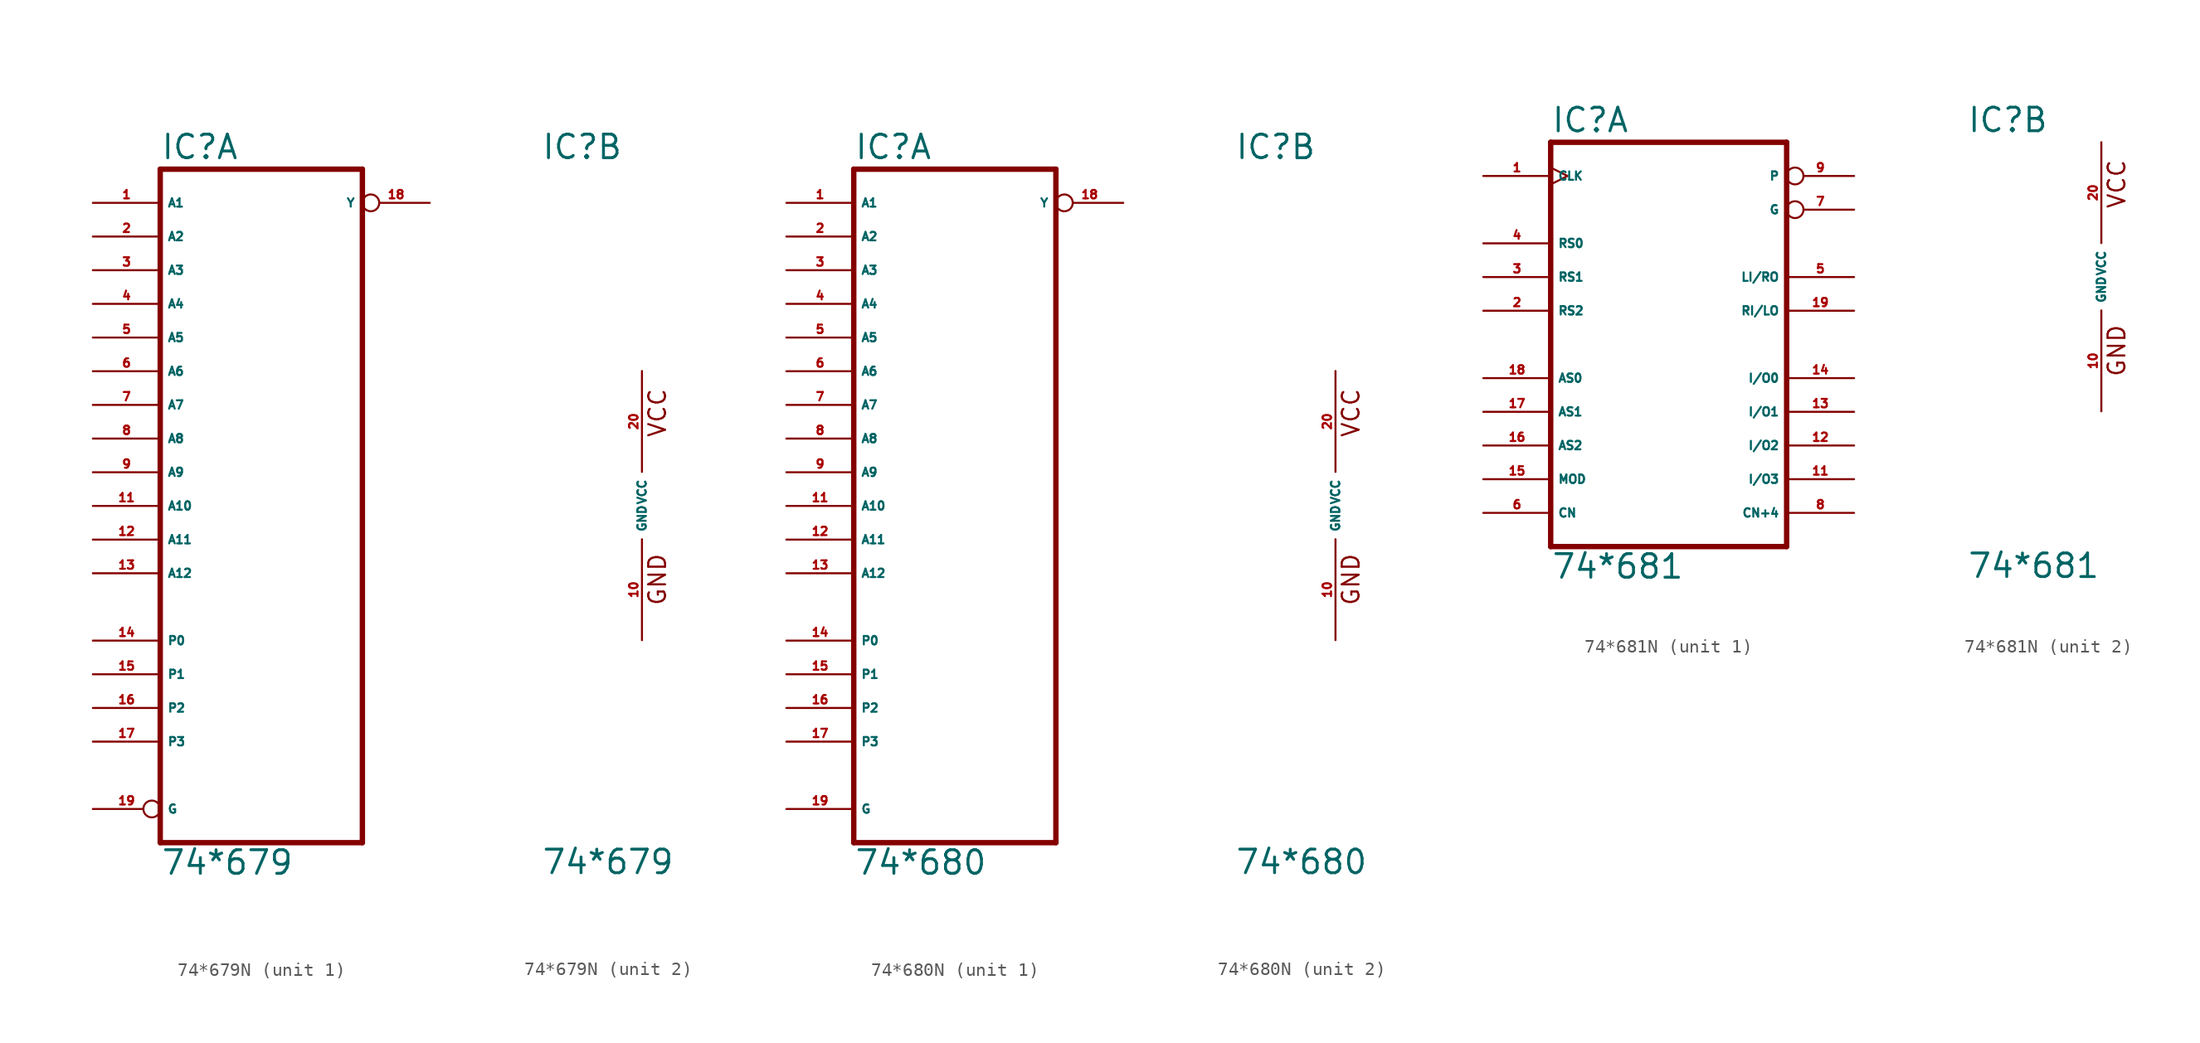
<source format=kicad_sym>
(kicad_symbol_lib
  (version 20220914)
  (generator Eagle2Kicad)
  (symbol "74*679N"
    (property "Reference" "IC"
      (at -7.62 26.035 0)
      (effects (font (size 1.778 1.778) (thickness 0.22)) (justify left bottom)))
    (property "Value" "74*679"
      (at -7.62 -27.94 0)
      (effects (font (size 1.778 1.778) (thickness 0.22)) (justify left bottom)))
    (symbol "74*679N_1_0"
      (polyline (pts (xy -7.62 -25.4) (xy 7.62 -25.4)) (stroke (width 0.406) (type default)) (fill (type none)))
      (polyline (pts (xy 7.62 -25.4) (xy 7.62 25.4)) (stroke (width 0.406) (type default)) (fill (type none)))
      (polyline (pts (xy 7.62 25.4) (xy -7.62 25.4)) (stroke (width 0.406) (type default)) (fill (type none)))
      (polyline (pts (xy -7.62 25.4) (xy -7.62 -25.4)) (stroke (width 0.406) (type default)) (fill (type none)))
      (pin input line (at -12.7 22.86 0) (length 5.08) (name "A1" (effects (font (size 0.635 0.635) (thickness 0.08)) (justify left bottom))) (number "1" (effects (font (size 0.635 0.635) (thickness 0.08)) (justify left bottom))))
      (pin input line (at -12.7 20.32 0) (length 5.08) (name "A2" (effects (font (size 0.635 0.635) (thickness 0.08)) (justify left bottom))) (number "2" (effects (font (size 0.635 0.635) (thickness 0.08)) (justify left bottom))))
      (pin input line (at -12.7 17.78 0) (length 5.08) (name "A3" (effects (font (size 0.635 0.635) (thickness 0.08)) (justify left bottom))) (number "3" (effects (font (size 0.635 0.635) (thickness 0.08)) (justify left bottom))))
      (pin input line (at -12.7 15.24 0) (length 5.08) (name "A4" (effects (font (size 0.635 0.635) (thickness 0.08)) (justify left bottom))) (number "4" (effects (font (size 0.635 0.635) (thickness 0.08)) (justify left bottom))))
      (pin input line (at -12.7 12.7 0) (length 5.08) (name "A5" (effects (font (size 0.635 0.635) (thickness 0.08)) (justify left bottom))) (number "5" (effects (font (size 0.635 0.635) (thickness 0.08)) (justify left bottom))))
      (pin input line (at -12.7 10.16 0) (length 5.08) (name "A6" (effects (font (size 0.635 0.635) (thickness 0.08)) (justify left bottom))) (number "6" (effects (font (size 0.635 0.635) (thickness 0.08)) (justify left bottom))))
      (pin input line (at -12.7 7.62 0) (length 5.08) (name "A7" (effects (font (size 0.635 0.635) (thickness 0.08)) (justify left bottom))) (number "7" (effects (font (size 0.635 0.635) (thickness 0.08)) (justify left bottom))))
      (pin input line (at -12.7 5.08 0) (length 5.08) (name "A8" (effects (font (size 0.635 0.635) (thickness 0.08)) (justify left bottom))) (number "8" (effects (font (size 0.635 0.635) (thickness 0.08)) (justify left bottom))))
      (pin input line (at -12.7 2.54 0) (length 5.08) (name "A9" (effects (font (size 0.635 0.635) (thickness 0.08)) (justify left bottom))) (number "9" (effects (font (size 0.635 0.635) (thickness 0.08)) (justify left bottom))))
      (pin input line (at -12.7 0 0) (length 5.08) (name "A10" (effects (font (size 0.635 0.635) (thickness 0.08)) (justify left bottom))) (number "11" (effects (font (size 0.635 0.635) (thickness 0.08)) (justify left bottom))))
      (pin input line (at -12.7 -2.54 0) (length 5.08) (name "A11" (effects (font (size 0.635 0.635) (thickness 0.08)) (justify left bottom))) (number "12" (effects (font (size 0.635 0.635) (thickness 0.08)) (justify left bottom))))
      (pin input line (at -12.7 -5.08 0) (length 5.08) (name "A12" (effects (font (size 0.635 0.635) (thickness 0.08)) (justify left bottom))) (number "13" (effects (font (size 0.635 0.635) (thickness 0.08)) (justify left bottom))))
      (pin input line (at -12.7 -10.16 0) (length 5.08) (name "P0" (effects (font (size 0.635 0.635) (thickness 0.08)) (justify left bottom))) (number "14" (effects (font (size 0.635 0.635) (thickness 0.08)) (justify left bottom))))
      (pin input line (at -12.7 -12.7 0) (length 5.08) (name "P1" (effects (font (size 0.635 0.635) (thickness 0.08)) (justify left bottom))) (number "15" (effects (font (size 0.635 0.635) (thickness 0.08)) (justify left bottom))))
      (pin input line (at -12.7 -15.24 0) (length 5.08) (name "P2" (effects (font (size 0.635 0.635) (thickness 0.08)) (justify left bottom))) (number "16" (effects (font (size 0.635 0.635) (thickness 0.08)) (justify left bottom))))
      (pin input line (at -12.7 -17.78 0) (length 5.08) (name "P3" (effects (font (size 0.635 0.635) (thickness 0.08)) (justify left bottom))) (number "17" (effects (font (size 0.635 0.635) (thickness 0.08)) (justify left bottom))))
      (pin output inverted (at 12.7 22.86 180) (length 5.08) (name "Y" (effects (font (size 0.635 0.635) (thickness 0.08)) (justify left bottom))) (number "18" (effects (font (size 0.635 0.635) (thickness 0.08)) (justify left bottom))))
      (pin input inverted (at -12.7 -22.86 0) (length 5.08) (name "G" (effects (font (size 0.635 0.635) (thickness 0.08)) (justify left bottom))) (number "19" (effects (font (size 0.635 0.635) (thickness 0.08)) (justify left bottom)))))
    (symbol "74*679N_2_0"
      (text "GND" (at 1.905 -7.62 900) (effects (font (size 1.27 1.27) (thickness 0.16)) (justify left bottom)))
      (text "VCC" (at 1.905 5.08 900) (effects (font (size 1.27 1.27) (thickness 0.16)) (justify left bottom)))
      (pin unspecified line (at 0 -10.16 90) (length 7.62) (name "GND" (effects (font (size 0.635 0.635) (thickness 0.08)) (justify left bottom))) (number "10" (effects (font (size 0.635 0.635) (thickness 0.08)) (justify left bottom))))
      (pin unspecified line (at 0 10.16 270) (length 7.62) (name "VCC" (effects (font (size 0.635 0.635) (thickness 0.08)) (justify left bottom))) (number "20" (effects (font (size 0.635 0.635) (thickness 0.08)) (justify left bottom))))))
  (symbol "74*680N"
    (property "Reference" "IC"
      (at -7.62 26.035 0)
      (effects (font (size 1.778 1.778) (thickness 0.22)) (justify left bottom)))
    (property "Value" "74*680"
      (at -7.62 -27.94 0)
      (effects (font (size 1.778 1.778) (thickness 0.22)) (justify left bottom)))
    (symbol "74*680N_1_0"
      (polyline (pts (xy -7.62 -25.4) (xy 7.62 -25.4)) (stroke (width 0.406) (type default)) (fill (type none)))
      (polyline (pts (xy 7.62 -25.4) (xy 7.62 25.4)) (stroke (width 0.406) (type default)) (fill (type none)))
      (polyline (pts (xy 7.62 25.4) (xy -7.62 25.4)) (stroke (width 0.406) (type default)) (fill (type none)))
      (polyline (pts (xy -7.62 25.4) (xy -7.62 -25.4)) (stroke (width 0.406) (type default)) (fill (type none)))
      (pin input line (at -12.7 22.86 0) (length 5.08) (name "A1" (effects (font (size 0.635 0.635) (thickness 0.08)) (justify left bottom))) (number "1" (effects (font (size 0.635 0.635) (thickness 0.08)) (justify left bottom))))
      (pin input line (at -12.7 20.32 0) (length 5.08) (name "A2" (effects (font (size 0.635 0.635) (thickness 0.08)) (justify left bottom))) (number "2" (effects (font (size 0.635 0.635) (thickness 0.08)) (justify left bottom))))
      (pin input line (at -12.7 17.78 0) (length 5.08) (name "A3" (effects (font (size 0.635 0.635) (thickness 0.08)) (justify left bottom))) (number "3" (effects (font (size 0.635 0.635) (thickness 0.08)) (justify left bottom))))
      (pin input line (at -12.7 15.24 0) (length 5.08) (name "A4" (effects (font (size 0.635 0.635) (thickness 0.08)) (justify left bottom))) (number "4" (effects (font (size 0.635 0.635) (thickness 0.08)) (justify left bottom))))
      (pin input line (at -12.7 12.7 0) (length 5.08) (name "A5" (effects (font (size 0.635 0.635) (thickness 0.08)) (justify left bottom))) (number "5" (effects (font (size 0.635 0.635) (thickness 0.08)) (justify left bottom))))
      (pin input line (at -12.7 10.16 0) (length 5.08) (name "A6" (effects (font (size 0.635 0.635) (thickness 0.08)) (justify left bottom))) (number "6" (effects (font (size 0.635 0.635) (thickness 0.08)) (justify left bottom))))
      (pin input line (at -12.7 7.62 0) (length 5.08) (name "A7" (effects (font (size 0.635 0.635) (thickness 0.08)) (justify left bottom))) (number "7" (effects (font (size 0.635 0.635) (thickness 0.08)) (justify left bottom))))
      (pin input line (at -12.7 5.08 0) (length 5.08) (name "A8" (effects (font (size 0.635 0.635) (thickness 0.08)) (justify left bottom))) (number "8" (effects (font (size 0.635 0.635) (thickness 0.08)) (justify left bottom))))
      (pin input line (at -12.7 2.54 0) (length 5.08) (name "A9" (effects (font (size 0.635 0.635) (thickness 0.08)) (justify left bottom))) (number "9" (effects (font (size 0.635 0.635) (thickness 0.08)) (justify left bottom))))
      (pin input line (at -12.7 0 0) (length 5.08) (name "A10" (effects (font (size 0.635 0.635) (thickness 0.08)) (justify left bottom))) (number "11" (effects (font (size 0.635 0.635) (thickness 0.08)) (justify left bottom))))
      (pin input line (at -12.7 -2.54 0) (length 5.08) (name "A11" (effects (font (size 0.635 0.635) (thickness 0.08)) (justify left bottom))) (number "12" (effects (font (size 0.635 0.635) (thickness 0.08)) (justify left bottom))))
      (pin input line (at -12.7 -5.08 0) (length 5.08) (name "A12" (effects (font (size 0.635 0.635) (thickness 0.08)) (justify left bottom))) (number "13" (effects (font (size 0.635 0.635) (thickness 0.08)) (justify left bottom))))
      (pin input line (at -12.7 -10.16 0) (length 5.08) (name "P0" (effects (font (size 0.635 0.635) (thickness 0.08)) (justify left bottom))) (number "14" (effects (font (size 0.635 0.635) (thickness 0.08)) (justify left bottom))))
      (pin input line (at -12.7 -12.7 0) (length 5.08) (name "P1" (effects (font (size 0.635 0.635) (thickness 0.08)) (justify left bottom))) (number "15" (effects (font (size 0.635 0.635) (thickness 0.08)) (justify left bottom))))
      (pin input line (at -12.7 -15.24 0) (length 5.08) (name "P2" (effects (font (size 0.635 0.635) (thickness 0.08)) (justify left bottom))) (number "16" (effects (font (size 0.635 0.635) (thickness 0.08)) (justify left bottom))))
      (pin input line (at -12.7 -17.78 0) (length 5.08) (name "P3" (effects (font (size 0.635 0.635) (thickness 0.08)) (justify left bottom))) (number "17" (effects (font (size 0.635 0.635) (thickness 0.08)) (justify left bottom))))
      (pin output inverted (at 12.7 22.86 180) (length 5.08) (name "Y" (effects (font (size 0.635 0.635) (thickness 0.08)) (justify left bottom))) (number "18" (effects (font (size 0.635 0.635) (thickness 0.08)) (justify left bottom))))
      (pin input line (at -12.7 -22.86 0) (length 5.08) (name "G" (effects (font (size 0.635 0.635) (thickness 0.08)) (justify left bottom))) (number "19" (effects (font (size 0.635 0.635) (thickness 0.08)) (justify left bottom)))))
    (symbol "74*680N_2_0"
      (text "GND" (at 1.905 -7.62 900) (effects (font (size 1.27 1.27) (thickness 0.16)) (justify left bottom)))
      (text "VCC" (at 1.905 5.08 900) (effects (font (size 1.27 1.27) (thickness 0.16)) (justify left bottom)))
      (pin unspecified line (at 0 -10.16 90) (length 7.62) (name "GND" (effects (font (size 0.635 0.635) (thickness 0.08)) (justify left bottom))) (number "10" (effects (font (size 0.635 0.635) (thickness 0.08)) (justify left bottom))))
      (pin unspecified line (at 0 10.16 270) (length 7.62) (name "VCC" (effects (font (size 0.635 0.635) (thickness 0.08)) (justify left bottom))) (number "20" (effects (font (size 0.635 0.635) (thickness 0.08)) (justify left bottom))))))
  (symbol "74*681N"
    (property "Reference" "IC"
      (at -10.16 10.795 0)
      (effects (font (size 1.778 1.778) (thickness 0.22)) (justify left bottom)))
    (property "Value" "74*681"
      (at -10.16 -22.86 0)
      (effects (font (size 1.778 1.778) (thickness 0.22)) (justify left bottom)))
    (symbol "74*681N_1_0"
      (polyline (pts (xy -10.16 -20.32) (xy 7.62 -20.32)) (stroke (width 0.406) (type default)) (fill (type none)))
      (polyline (pts (xy 7.62 -20.32) (xy 7.62 10.16)) (stroke (width 0.406) (type default)) (fill (type none)))
      (polyline (pts (xy 7.62 10.16) (xy -10.16 10.16)) (stroke (width 0.406) (type default)) (fill (type none)))
      (polyline (pts (xy -10.16 10.16) (xy -10.16 -20.32)) (stroke (width 0.406) (type default)) (fill (type none)))
      (pin input clock (at -15.24 7.62 0) (length 5.08) (name "CLK" (effects (font (size 0.635 0.635) (thickness 0.08)) (justify left bottom))) (number "1" (effects (font (size 0.635 0.635) (thickness 0.08)) (justify left bottom))))
      (pin input line (at -15.24 -2.54 0) (length 5.08) (name "RS2" (effects (font (size 0.635 0.635) (thickness 0.08)) (justify left bottom))) (number "2" (effects (font (size 0.635 0.635) (thickness 0.08)) (justify left bottom))))
      (pin input line (at -15.24 0 0) (length 5.08) (name "RS1" (effects (font (size 0.635 0.635) (thickness 0.08)) (justify left bottom))) (number "3" (effects (font (size 0.635 0.635) (thickness 0.08)) (justify left bottom))))
      (pin input line (at -15.24 2.54 0) (length 5.08) (name "RS0" (effects (font (size 0.635 0.635) (thickness 0.08)) (justify left bottom))) (number "4" (effects (font (size 0.635 0.635) (thickness 0.08)) (justify left bottom))))
      (pin bidirectional line (at 12.7 0 180) (length 5.08) (name "LI/RO" (effects (font (size 0.635 0.635) (thickness 0.08)) (justify left bottom))) (number "5" (effects (font (size 0.635 0.635) (thickness 0.08)) (justify left bottom))))
      (pin input line (at -15.24 -17.78 0) (length 5.08) (name "CN" (effects (font (size 0.635 0.635) (thickness 0.08)) (justify left bottom))) (number "6" (effects (font (size 0.635 0.635) (thickness 0.08)) (justify left bottom))))
      (pin output inverted (at 12.7 5.08 180) (length 5.08) (name "G" (effects (font (size 0.635 0.635) (thickness 0.08)) (justify left bottom))) (number "7" (effects (font (size 0.635 0.635) (thickness 0.08)) (justify left bottom))))
      (pin output line (at 12.7 -17.78 180) (length 5.08) (name "CN+4" (effects (font (size 0.635 0.635) (thickness 0.08)) (justify left bottom))) (number "8" (effects (font (size 0.635 0.635) (thickness 0.08)) (justify left bottom))))
      (pin output inverted (at 12.7 7.62 180) (length 5.08) (name "P" (effects (font (size 0.635 0.635) (thickness 0.08)) (justify left bottom))) (number "9" (effects (font (size 0.635 0.635) (thickness 0.08)) (justify left bottom))))
      (pin bidirectional line (at 12.7 -15.24 180) (length 5.08) (name "I/O3" (effects (font (size 0.635 0.635) (thickness 0.08)) (justify left bottom))) (number "11" (effects (font (size 0.635 0.635) (thickness 0.08)) (justify left bottom))))
      (pin bidirectional line (at 12.7 -12.7 180) (length 5.08) (name "I/O2" (effects (font (size 0.635 0.635) (thickness 0.08)) (justify left bottom))) (number "12" (effects (font (size 0.635 0.635) (thickness 0.08)) (justify left bottom))))
      (pin bidirectional line (at 12.7 -10.16 180) (length 5.08) (name "I/O1" (effects (font (size 0.635 0.635) (thickness 0.08)) (justify left bottom))) (number "13" (effects (font (size 0.635 0.635) (thickness 0.08)) (justify left bottom))))
      (pin bidirectional line (at 12.7 -7.62 180) (length 5.08) (name "I/O0" (effects (font (size 0.635 0.635) (thickness 0.08)) (justify left bottom))) (number "14" (effects (font (size 0.635 0.635) (thickness 0.08)) (justify left bottom))))
      (pin input line (at -15.24 -15.24 0) (length 5.08) (name "MOD" (effects (font (size 0.635 0.635) (thickness 0.08)) (justify left bottom))) (number "15" (effects (font (size 0.635 0.635) (thickness 0.08)) (justify left bottom))))
      (pin input line (at -15.24 -12.7 0) (length 5.08) (name "AS2" (effects (font (size 0.635 0.635) (thickness 0.08)) (justify left bottom))) (number "16" (effects (font (size 0.635 0.635) (thickness 0.08)) (justify left bottom))))
      (pin input line (at -15.24 -10.16 0) (length 5.08) (name "AS1" (effects (font (size 0.635 0.635) (thickness 0.08)) (justify left bottom))) (number "17" (effects (font (size 0.635 0.635) (thickness 0.08)) (justify left bottom))))
      (pin input line (at -15.24 -7.62 0) (length 5.08) (name "AS0" (effects (font (size 0.635 0.635) (thickness 0.08)) (justify left bottom))) (number "18" (effects (font (size 0.635 0.635) (thickness 0.08)) (justify left bottom))))
      (pin bidirectional line (at 12.7 -2.54 180) (length 5.08) (name "RI/LO" (effects (font (size 0.635 0.635) (thickness 0.08)) (justify left bottom))) (number "19" (effects (font (size 0.635 0.635) (thickness 0.08)) (justify left bottom)))))
    (symbol "74*681N_2_0"
      (text "GND" (at 1.905 -7.62 900) (effects (font (size 1.27 1.27) (thickness 0.16)) (justify left bottom)))
      (text "VCC" (at 1.905 5.08 900) (effects (font (size 1.27 1.27) (thickness 0.16)) (justify left bottom)))
      (pin unspecified line (at 0 -10.16 90) (length 7.62) (name "GND" (effects (font (size 0.635 0.635) (thickness 0.08)) (justify left bottom))) (number "10" (effects (font (size 0.635 0.635) (thickness 0.08)) (justify left bottom))))
      (pin unspecified line (at 0 10.16 270) (length 7.62) (name "VCC" (effects (font (size 0.635 0.635) (thickness 0.08)) (justify left bottom))) (number "20" (effects (font (size 0.635 0.635) (thickness 0.08)) (justify left bottom)))))))
</source>
